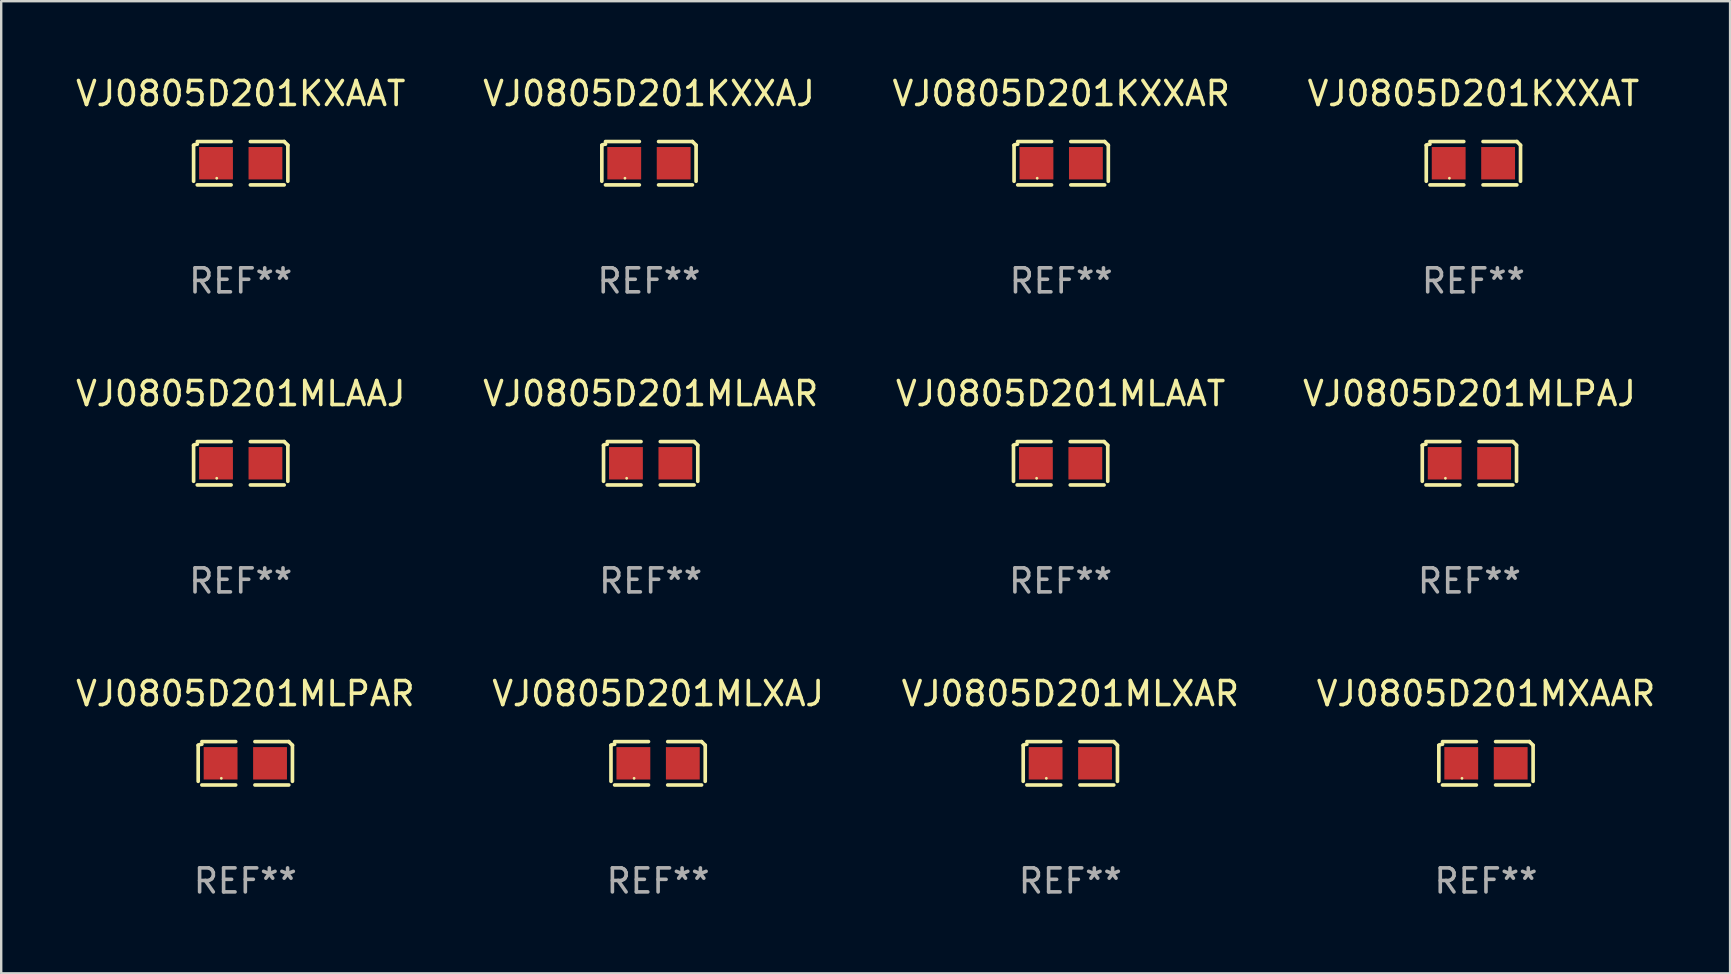
<source format=kicad_pcb>
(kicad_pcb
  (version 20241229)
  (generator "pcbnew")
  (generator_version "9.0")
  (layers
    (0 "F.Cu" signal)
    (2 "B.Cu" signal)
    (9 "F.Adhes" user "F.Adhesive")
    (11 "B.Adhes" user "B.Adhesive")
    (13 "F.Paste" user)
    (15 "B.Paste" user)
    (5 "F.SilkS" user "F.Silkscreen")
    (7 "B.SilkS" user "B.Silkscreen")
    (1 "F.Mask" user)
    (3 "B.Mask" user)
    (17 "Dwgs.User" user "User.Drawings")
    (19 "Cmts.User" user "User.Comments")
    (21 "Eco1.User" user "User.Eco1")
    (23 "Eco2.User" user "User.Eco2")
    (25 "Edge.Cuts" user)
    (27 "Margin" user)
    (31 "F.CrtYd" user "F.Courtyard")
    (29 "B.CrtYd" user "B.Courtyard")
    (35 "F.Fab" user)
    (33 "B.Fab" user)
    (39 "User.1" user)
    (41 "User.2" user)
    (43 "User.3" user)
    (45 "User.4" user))
  (footprint "VJ0805D201KXXAJ"
    (layer "F.Cu")
    (at 23.994 3.752)
    (property "Reference" "VJ0805D201KXXAJ" (at 0 -2.904 0) (layer "F.SilkS") (effects (font (size 1 1) (thickness 0.15))))
    (attr through_hole)
    (fp_line (start -1.964 0.751) (end -1.964 -0.751) (stroke (width 0.152) (type solid)) (layer "F.SilkS"))
    (fp_line (start -1.811 -0.904) (end -0.401 -0.904) (stroke (width 0.152) (type solid)) (layer "F.SilkS"))
    (fp_line (start -0.401 0.904) (end -1.811 0.904) (stroke (width 0.152) (type solid)) (layer "F.SilkS"))
    (fp_line (start 0.401 0.904) (end 1.811 0.904) (stroke (width 0.152) (type solid)) (layer "F.SilkS"))
    (fp_line (start 1.811 -0.904) (end 0.401 -0.904) (stroke (width 0.152) (type solid)) (layer "F.SilkS"))
    (fp_line (start 1.964 0.751) (end 1.964 -0.751) (stroke (width 0.152) (type solid)) (layer "F.SilkS"))
    (fp_arc (start -1.963602 -0.751207) (mid -1.890354 -0.783131) (end -1.811201 -0.794044) (stroke (width 0.1524) (type solid)) (layer "F.SilkS"))
    (fp_arc (start 1.811202 -0.903607) (mid 1.887413 -0.827418) (end 1.963602 -0.751207) (stroke (width 0.1524) (type solid)) (layer "F.SilkS"))
    (fp_circle (center -1 0.625) (end -0.97 0.625) (stroke (width 0.06) (type solid)) (fill no) (layer "F.SilkS"))
    (fp_text user "REF**" (at 0 4.904 0) (layer "F.Fab") (effects (font (size 1 1) (thickness 0.15))))
    (pad "1" smd rect (at -1.03 0) (size 1.41 1.35) (layers "F.Cu" "F.Mask" "F.Paste"))
    (pad "2" smd rect (at 1.03 0) (size 1.41 1.35) (layers "F.Cu" "F.Mask" "F.Paste")))
  (footprint "VJ0805D201MLAAJ"
    (layer "F.Cu")
    (at 6.982 16.256)
    (property "Reference" "VJ0805D201MLAAJ" (at 0 -2.904 0) (layer "F.SilkS") (effects (font (size 1 1) (thickness 0.15))))
    (attr through_hole)
    (fp_line (start -1.964 0.751) (end -1.964 -0.751) (stroke (width 0.152) (type solid)) (layer "F.SilkS"))
    (fp_line (start -1.811 -0.904) (end -0.401 -0.904) (stroke (width 0.152) (type solid)) (layer "F.SilkS"))
    (fp_line (start -0.401 0.904) (end -1.811 0.904) (stroke (width 0.152) (type solid)) (layer "F.SilkS"))
    (fp_line (start 0.401 0.904) (end 1.811 0.904) (stroke (width 0.152) (type solid)) (layer "F.SilkS"))
    (fp_line (start 1.811 -0.904) (end 0.401 -0.904) (stroke (width 0.152) (type solid)) (layer "F.SilkS"))
    (fp_line (start 1.964 0.751) (end 1.964 -0.751) (stroke (width 0.152) (type solid)) (layer "F.SilkS"))
    (fp_arc (start -1.963602 -0.751207) (mid -1.890354 -0.783131) (end -1.811201 -0.794044) (stroke (width 0.1524) (type solid)) (layer "F.SilkS"))
    (fp_arc (start 1.811202 -0.903607) (mid 1.887413 -0.827418) (end 1.963602 -0.751207) (stroke (width 0.1524) (type solid)) (layer "F.SilkS"))
    (fp_circle (center -1 0.625) (end -0.97 0.625) (stroke (width 0.06) (type solid)) (fill no) (layer "F.SilkS"))
    (fp_text user "REF**" (at 0 4.904 0) (layer "F.Fab") (effects (font (size 1 1) (thickness 0.15))))
    (pad "1" smd rect (at -1.03 0) (size 1.41 1.35) (layers "F.Cu" "F.Mask" "F.Paste"))
    (pad "2" smd rect (at 1.03 0) (size 1.41 1.35) (layers "F.Cu" "F.Mask" "F.Paste")))
  (footprint "VJ0805D201MLAAR"
    (layer "F.Cu")
    (at 24.065 16.256)
    (property "Reference" "VJ0805D201MLAAR" (at 0 -2.904 0) (layer "F.SilkS") (effects (font (size 1 1) (thickness 0.15))))
    (attr through_hole)
    (fp_line (start -1.964 0.751) (end -1.964 -0.751) (stroke (width 0.152) (type solid)) (layer "F.SilkS"))
    (fp_line (start -1.811 -0.904) (end -0.401 -0.904) (stroke (width 0.152) (type solid)) (layer "F.SilkS"))
    (fp_line (start -0.401 0.904) (end -1.811 0.904) (stroke (width 0.152) (type solid)) (layer "F.SilkS"))
    (fp_line (start 0.401 0.904) (end 1.811 0.904) (stroke (width 0.152) (type solid)) (layer "F.SilkS"))
    (fp_line (start 1.811 -0.904) (end 0.401 -0.904) (stroke (width 0.152) (type solid)) (layer "F.SilkS"))
    (fp_line (start 1.964 0.751) (end 1.964 -0.751) (stroke (width 0.152) (type solid)) (layer "F.SilkS"))
    (fp_arc (start -1.963602 -0.751207) (mid -1.890354 -0.783131) (end -1.811201 -0.794044) (stroke (width 0.1524) (type solid)) (layer "F.SilkS"))
    (fp_arc (start 1.811202 -0.903607) (mid 1.887413 -0.827418) (end 1.963602 -0.751207) (stroke (width 0.1524) (type solid)) (layer "F.SilkS"))
    (fp_circle (center -1 0.625) (end -0.97 0.625) (stroke (width 0.06) (type solid)) (fill no) (layer "F.SilkS"))
    (fp_text user "REF**" (at 0 4.904 0) (layer "F.Fab") (effects (font (size 1 1) (thickness 0.15))))
    (pad "1" smd rect (at -1.03 0) (size 1.41 1.35) (layers "F.Cu" "F.Mask" "F.Paste"))
    (pad "2" smd rect (at 1.03 0) (size 1.41 1.35) (layers "F.Cu" "F.Mask" "F.Paste")))
  (footprint "VJ0805D201KXXAT"
    (layer "F.Cu")
    (at 58.351 3.752)
    (property "Reference" "VJ0805D201KXXAT" (at 0 -2.904 0) (layer "F.SilkS") (effects (font (size 1 1) (thickness 0.15))))
    (attr through_hole)
    (fp_line (start -1.964 0.751) (end -1.964 -0.751) (stroke (width 0.152) (type solid)) (layer "F.SilkS"))
    (fp_line (start -1.811 -0.904) (end -0.401 -0.904) (stroke (width 0.152) (type solid)) (layer "F.SilkS"))
    (fp_line (start -0.401 0.904) (end -1.811 0.904) (stroke (width 0.152) (type solid)) (layer "F.SilkS"))
    (fp_line (start 0.401 0.904) (end 1.811 0.904) (stroke (width 0.152) (type solid)) (layer "F.SilkS"))
    (fp_line (start 1.811 -0.904) (end 0.401 -0.904) (stroke (width 0.152) (type solid)) (layer "F.SilkS"))
    (fp_line (start 1.964 0.751) (end 1.964 -0.751) (stroke (width 0.152) (type solid)) (layer "F.SilkS"))
    (fp_arc (start -1.963602 -0.751207) (mid -1.890354 -0.783131) (end -1.811201 -0.794044) (stroke (width 0.1524) (type solid)) (layer "F.SilkS"))
    (fp_arc (start 1.811202 -0.903607) (mid 1.887413 -0.827418) (end 1.963602 -0.751207) (stroke (width 0.1524) (type solid)) (layer "F.SilkS"))
    (fp_circle (center -1 0.625) (end -0.97 0.625) (stroke (width 0.06) (type solid)) (fill no) (layer "F.SilkS"))
    (fp_text user "REF**" (at 0 4.904 0) (layer "F.Fab") (effects (font (size 1 1) (thickness 0.15))))
    (pad "1" smd rect (at -1.03 0) (size 1.41 1.35) (layers "F.Cu" "F.Mask" "F.Paste"))
    (pad "2" smd rect (at 1.03 0) (size 1.41 1.35) (layers "F.Cu" "F.Mask" "F.Paste")))
  (footprint "VJ0805D201MXAAR"
    (layer "F.Cu")
    (at 58.875 28.759)
    (property "Reference" "VJ0805D201MXAAR" (at 0 -2.904 0) (layer "F.SilkS") (effects (font (size 1 1) (thickness 0.15))))
    (attr through_hole)
    (fp_line (start -1.964 0.751) (end -1.964 -0.751) (stroke (width 0.152) (type solid)) (layer "F.SilkS"))
    (fp_line (start -1.811 -0.904) (end -0.401 -0.904) (stroke (width 0.152) (type solid)) (layer "F.SilkS"))
    (fp_line (start -0.401 0.904) (end -1.811 0.904) (stroke (width 0.152) (type solid)) (layer "F.SilkS"))
    (fp_line (start 0.401 0.904) (end 1.811 0.904) (stroke (width 0.152) (type solid)) (layer "F.SilkS"))
    (fp_line (start 1.811 -0.904) (end 0.401 -0.904) (stroke (width 0.152) (type solid)) (layer "F.SilkS"))
    (fp_line (start 1.964 0.751) (end 1.964 -0.751) (stroke (width 0.152) (type solid)) (layer "F.SilkS"))
    (fp_arc (start -1.963602 -0.751207) (mid -1.890354 -0.783131) (end -1.811201 -0.794044) (stroke (width 0.1524) (type solid)) (layer "F.SilkS"))
    (fp_arc (start 1.811202 -0.903607) (mid 1.887413 -0.827418) (end 1.963602 -0.751207) (stroke (width 0.1524) (type solid)) (layer "F.SilkS"))
    (fp_circle (center -1 0.625) (end -0.97 0.625) (stroke (width 0.06) (type solid)) (fill no) (layer "F.SilkS"))
    (fp_text user "REF**" (at 0 4.904 0) (layer "F.Fab") (effects (font (size 1 1) (thickness 0.15))))
    (pad "1" smd rect (at -1.03 0) (size 1.41 1.35) (layers "F.Cu" "F.Mask" "F.Paste"))
    (pad "2" smd rect (at 1.03 0) (size 1.41 1.35) (layers "F.Cu" "F.Mask" "F.Paste")))
  (footprint "VJ0805D201MLPAR"
    (layer "F.Cu")
    (at 7.173 28.759)
    (property "Reference" "VJ0805D201MLPAR" (at 0 -2.904 0) (layer "F.SilkS") (effects (font (size 1 1) (thickness 0.15))))
    (attr through_hole)
    (fp_line (start -1.964 0.751) (end -1.964 -0.751) (stroke (width 0.152) (type solid)) (layer "F.SilkS"))
    (fp_line (start -1.811 -0.904) (end -0.401 -0.904) (stroke (width 0.152) (type solid)) (layer "F.SilkS"))
    (fp_line (start -0.401 0.904) (end -1.811 0.904) (stroke (width 0.152) (type solid)) (layer "F.SilkS"))
    (fp_line (start 0.401 0.904) (end 1.811 0.904) (stroke (width 0.152) (type solid)) (layer "F.SilkS"))
    (fp_line (start 1.811 -0.904) (end 0.401 -0.904) (stroke (width 0.152) (type solid)) (layer "F.SilkS"))
    (fp_line (start 1.964 0.751) (end 1.964 -0.751) (stroke (width 0.152) (type solid)) (layer "F.SilkS"))
    (fp_arc (start -1.963602 -0.751207) (mid -1.890354 -0.783131) (end -1.811201 -0.794044) (stroke (width 0.1524) (type solid)) (layer "F.SilkS"))
    (fp_arc (start 1.811202 -0.903607) (mid 1.887413 -0.827418) (end 1.963602 -0.751207) (stroke (width 0.1524) (type solid)) (layer "F.SilkS"))
    (fp_circle (center -1 0.625) (end -0.97 0.625) (stroke (width 0.06) (type solid)) (fill no) (layer "F.SilkS"))
    (fp_text user "REF**" (at 0 4.904 0) (layer "F.Fab") (effects (font (size 1 1) (thickness 0.15))))
    (pad "1" smd rect (at -1.03 0) (size 1.41 1.35) (layers "F.Cu" "F.Mask" "F.Paste"))
    (pad "2" smd rect (at 1.03 0) (size 1.41 1.35) (layers "F.Cu" "F.Mask" "F.Paste")))
  (footprint "VJ0805D201KXXAR"
    (layer "F.Cu")
    (at 41.173 3.752)
    (property "Reference" "VJ0805D201KXXAR" (at 0 -2.904 0) (layer "F.SilkS") (effects (font (size 1 1) (thickness 0.15))))
    (attr through_hole)
    (fp_line (start -1.964 0.751) (end -1.964 -0.751) (stroke (width 0.152) (type solid)) (layer "F.SilkS"))
    (fp_line (start -1.811 -0.904) (end -0.401 -0.904) (stroke (width 0.152) (type solid)) (layer "F.SilkS"))
    (fp_line (start -0.401 0.904) (end -1.811 0.904) (stroke (width 0.152) (type solid)) (layer "F.SilkS"))
    (fp_line (start 0.401 0.904) (end 1.811 0.904) (stroke (width 0.152) (type solid)) (layer "F.SilkS"))
    (fp_line (start 1.811 -0.904) (end 0.401 -0.904) (stroke (width 0.152) (type solid)) (layer "F.SilkS"))
    (fp_line (start 1.964 0.751) (end 1.964 -0.751) (stroke (width 0.152) (type solid)) (layer "F.SilkS"))
    (fp_arc (start -1.963602 -0.751207) (mid -1.890354 -0.783131) (end -1.811201 -0.794044) (stroke (width 0.1524) (type solid)) (layer "F.SilkS"))
    (fp_arc (start 1.811202 -0.903607) (mid 1.887413 -0.827418) (end 1.963602 -0.751207) (stroke (width 0.1524) (type solid)) (layer "F.SilkS"))
    (fp_circle (center -1 0.625) (end -0.97 0.625) (stroke (width 0.06) (type solid)) (fill no) (layer "F.SilkS"))
    (fp_text user "REF**" (at 0 4.904 0) (layer "F.Fab") (effects (font (size 1 1) (thickness 0.15))))
    (pad "1" smd rect (at -1.03 0) (size 1.41 1.35) (layers "F.Cu" "F.Mask" "F.Paste"))
    (pad "2" smd rect (at 1.03 0) (size 1.41 1.35) (layers "F.Cu" "F.Mask" "F.Paste")))
  (footprint "VJ0805D201MLPAJ"
    (layer "F.Cu")
    (at 58.185 16.256)
    (property "Reference" "VJ0805D201MLPAJ" (at 0 -2.904 0) (layer "F.SilkS") (effects (font (size 1 1) (thickness 0.15))))
    (attr through_hole)
    (fp_line (start -1.964 0.751) (end -1.964 -0.751) (stroke (width 0.152) (type solid)) (layer "F.SilkS"))
    (fp_line (start -1.811 -0.904) (end -0.401 -0.904) (stroke (width 0.152) (type solid)) (layer "F.SilkS"))
    (fp_line (start -0.401 0.904) (end -1.811 0.904) (stroke (width 0.152) (type solid)) (layer "F.SilkS"))
    (fp_line (start 0.401 0.904) (end 1.811 0.904) (stroke (width 0.152) (type solid)) (layer "F.SilkS"))
    (fp_line (start 1.811 -0.904) (end 0.401 -0.904) (stroke (width 0.152) (type solid)) (layer "F.SilkS"))
    (fp_line (start 1.964 0.751) (end 1.964 -0.751) (stroke (width 0.152) (type solid)) (layer "F.SilkS"))
    (fp_arc (start -1.963602 -0.751207) (mid -1.890354 -0.783131) (end -1.811201 -0.794044) (stroke (width 0.1524) (type solid)) (layer "F.SilkS"))
    (fp_arc (start 1.811202 -0.903607) (mid 1.887413 -0.827418) (end 1.963602 -0.751207) (stroke (width 0.1524) (type solid)) (layer "F.SilkS"))
    (fp_circle (center -1 0.625) (end -0.97 0.625) (stroke (width 0.06) (type solid)) (fill no) (layer "F.SilkS"))
    (fp_text user "REF**" (at 0 4.904 0) (layer "F.Fab") (effects (font (size 1 1) (thickness 0.15))))
    (pad "1" smd rect (at -1.03 0) (size 1.41 1.35) (layers "F.Cu" "F.Mask" "F.Paste"))
    (pad "2" smd rect (at 1.03 0) (size 1.41 1.35) (layers "F.Cu" "F.Mask" "F.Paste")))
  (footprint "VJ0805D201KXAAT"
    (layer "F.Cu")
    (at 6.982 3.752)
    (property "Reference" "VJ0805D201KXAAT" (at 0 -2.904 0) (layer "F.SilkS") (effects (font (size 1 1) (thickness 0.15))))
    (attr through_hole)
    (fp_line (start -1.964 0.751) (end -1.964 -0.751) (stroke (width 0.152) (type solid)) (layer "F.SilkS"))
    (fp_line (start -1.811 -0.904) (end -0.401 -0.904) (stroke (width 0.152) (type solid)) (layer "F.SilkS"))
    (fp_line (start -0.401 0.904) (end -1.811 0.904) (stroke (width 0.152) (type solid)) (layer "F.SilkS"))
    (fp_line (start 0.401 0.904) (end 1.811 0.904) (stroke (width 0.152) (type solid)) (layer "F.SilkS"))
    (fp_line (start 1.811 -0.904) (end 0.401 -0.904) (stroke (width 0.152) (type solid)) (layer "F.SilkS"))
    (fp_line (start 1.964 0.751) (end 1.964 -0.751) (stroke (width 0.152) (type solid)) (layer "F.SilkS"))
    (fp_arc (start -1.963602 -0.751207) (mid -1.890354 -0.783131) (end -1.811201 -0.794044) (stroke (width 0.1524) (type solid)) (layer "F.SilkS"))
    (fp_arc (start 1.811202 -0.903607) (mid 1.887413 -0.827418) (end 1.963602 -0.751207) (stroke (width 0.1524) (type solid)) (layer "F.SilkS"))
    (fp_circle (center -1 0.625) (end -0.97 0.625) (stroke (width 0.06) (type solid)) (fill no) (layer "F.SilkS"))
    (fp_text user "REF**" (at 0 4.904 0) (layer "F.Fab") (effects (font (size 1 1) (thickness 0.15))))
    (pad "1" smd rect (at -1.03 0) (size 1.41 1.35) (layers "F.Cu" "F.Mask" "F.Paste"))
    (pad "2" smd rect (at 1.03 0) (size 1.41 1.35) (layers "F.Cu" "F.Mask" "F.Paste")))
  (footprint "VJ0805D201MLAAT"
    (layer "F.Cu")
    (at 41.149 16.256)
    (property "Reference" "VJ0805D201MLAAT" (at 0 -2.904 0) (layer "F.SilkS") (effects (font (size 1 1) (thickness 0.15))))
    (attr through_hole)
    (fp_line (start -1.964 0.751) (end -1.964 -0.751) (stroke (width 0.152) (type solid)) (layer "F.SilkS"))
    (fp_line (start -1.811 -0.904) (end -0.401 -0.904) (stroke (width 0.152) (type solid)) (layer "F.SilkS"))
    (fp_line (start -0.401 0.904) (end -1.811 0.904) (stroke (width 0.152) (type solid)) (layer "F.SilkS"))
    (fp_line (start 0.401 0.904) (end 1.811 0.904) (stroke (width 0.152) (type solid)) (layer "F.SilkS"))
    (fp_line (start 1.811 -0.904) (end 0.401 -0.904) (stroke (width 0.152) (type solid)) (layer "F.SilkS"))
    (fp_line (start 1.964 0.751) (end 1.964 -0.751) (stroke (width 0.152) (type solid)) (layer "F.SilkS"))
    (fp_arc (start -1.963602 -0.751207) (mid -1.890354 -0.783131) (end -1.811201 -0.794044) (stroke (width 0.1524) (type solid)) (layer "F.SilkS"))
    (fp_arc (start 1.811202 -0.903607) (mid 1.887413 -0.827418) (end 1.963602 -0.751207) (stroke (width 0.1524) (type solid)) (layer "F.SilkS"))
    (fp_circle (center -1 0.625) (end -0.97 0.625) (stroke (width 0.06) (type solid)) (fill no) (layer "F.SilkS"))
    (fp_text user "REF**" (at 0 4.904 0) (layer "F.Fab") (effects (font (size 1 1) (thickness 0.15))))
    (pad "1" smd rect (at -1.03 0) (size 1.41 1.35) (layers "F.Cu" "F.Mask" "F.Paste"))
    (pad "2" smd rect (at 1.03 0) (size 1.41 1.35) (layers "F.Cu" "F.Mask" "F.Paste")))
  (footprint "VJ0805D201MLXAR"
    (layer "F.Cu")
    (at 41.554 28.759)
    (property "Reference" "VJ0805D201MLXAR" (at 0 -2.904 0) (layer "F.SilkS") (effects (font (size 1 1) (thickness 0.15))))
    (attr through_hole)
    (fp_line (start -1.964 0.751) (end -1.964 -0.751) (stroke (width 0.152) (type solid)) (layer "F.SilkS"))
    (fp_line (start -1.811 -0.904) (end -0.401 -0.904) (stroke (width 0.152) (type solid)) (layer "F.SilkS"))
    (fp_line (start -0.401 0.904) (end -1.811 0.904) (stroke (width 0.152) (type solid)) (layer "F.SilkS"))
    (fp_line (start 0.401 0.904) (end 1.811 0.904) (stroke (width 0.152) (type solid)) (layer "F.SilkS"))
    (fp_line (start 1.811 -0.904) (end 0.401 -0.904) (stroke (width 0.152) (type solid)) (layer "F.SilkS"))
    (fp_line (start 1.964 0.751) (end 1.964 -0.751) (stroke (width 0.152) (type solid)) (layer "F.SilkS"))
    (fp_arc (start -1.963602 -0.751207) (mid -1.890354 -0.783131) (end -1.811201 -0.794044) (stroke (width 0.1524) (type solid)) (layer "F.SilkS"))
    (fp_arc (start 1.811202 -0.903607) (mid 1.887413 -0.827418) (end 1.963602 -0.751207) (stroke (width 0.1524) (type solid)) (layer "F.SilkS"))
    (fp_circle (center -1 0.625) (end -0.97 0.625) (stroke (width 0.06) (type solid)) (fill no) (layer "F.SilkS"))
    (fp_text user "REF**" (at 0 4.904 0) (layer "F.Fab") (effects (font (size 1 1) (thickness 0.15))))
    (pad "1" smd rect (at -1.03 0) (size 1.41 1.35) (layers "F.Cu" "F.Mask" "F.Paste"))
    (pad "2" smd rect (at 1.03 0) (size 1.41 1.35) (layers "F.Cu" "F.Mask" "F.Paste")))
  (footprint "VJ0805D201MLXAJ"
    (layer "F.Cu")
    (at 24.375 28.759)
    (property "Reference" "VJ0805D201MLXAJ" (at 0 -2.904 0) (layer "F.SilkS") (effects (font (size 1 1) (thickness 0.15))))
    (attr through_hole)
    (fp_line (start -1.964 0.751) (end -1.964 -0.751) (stroke (width 0.152) (type solid)) (layer "F.SilkS"))
    (fp_line (start -1.811 -0.904) (end -0.401 -0.904) (stroke (width 0.152) (type solid)) (layer "F.SilkS"))
    (fp_line (start -0.401 0.904) (end -1.811 0.904) (stroke (width 0.152) (type solid)) (layer "F.SilkS"))
    (fp_line (start 0.401 0.904) (end 1.811 0.904) (stroke (width 0.152) (type solid)) (layer "F.SilkS"))
    (fp_line (start 1.811 -0.904) (end 0.401 -0.904) (stroke (width 0.152) (type solid)) (layer "F.SilkS"))
    (fp_line (start 1.964 0.751) (end 1.964 -0.751) (stroke (width 0.152) (type solid)) (layer "F.SilkS"))
    (fp_arc (start -1.963602 -0.751207) (mid -1.890354 -0.783131) (end -1.811201 -0.794044) (stroke (width 0.1524) (type solid)) (layer "F.SilkS"))
    (fp_arc (start 1.811202 -0.903607) (mid 1.887413 -0.827418) (end 1.963602 -0.751207) (stroke (width 0.1524) (type solid)) (layer "F.SilkS"))
    (fp_circle (center -1 0.625) (end -0.97 0.625) (stroke (width 0.06) (type solid)) (fill no) (layer "F.SilkS"))
    (fp_text user "REF**" (at 0 4.904 0) (layer "F.Fab") (effects (font (size 1 1) (thickness 0.15))))
    (pad "1" smd rect (at -1.03 0) (size 1.41 1.35) (layers "F.Cu" "F.Mask" "F.Paste"))
    (pad "2" smd rect (at 1.03 0) (size 1.41 1.35) (layers "F.Cu" "F.Mask" "F.Paste")))
  (gr_rect
    (start -3 -3)
    (end 69.048 37.511)
    (stroke (width 0.1) (type default))
    (fill no)
    (layer "Edge.Cuts")))
</source>
